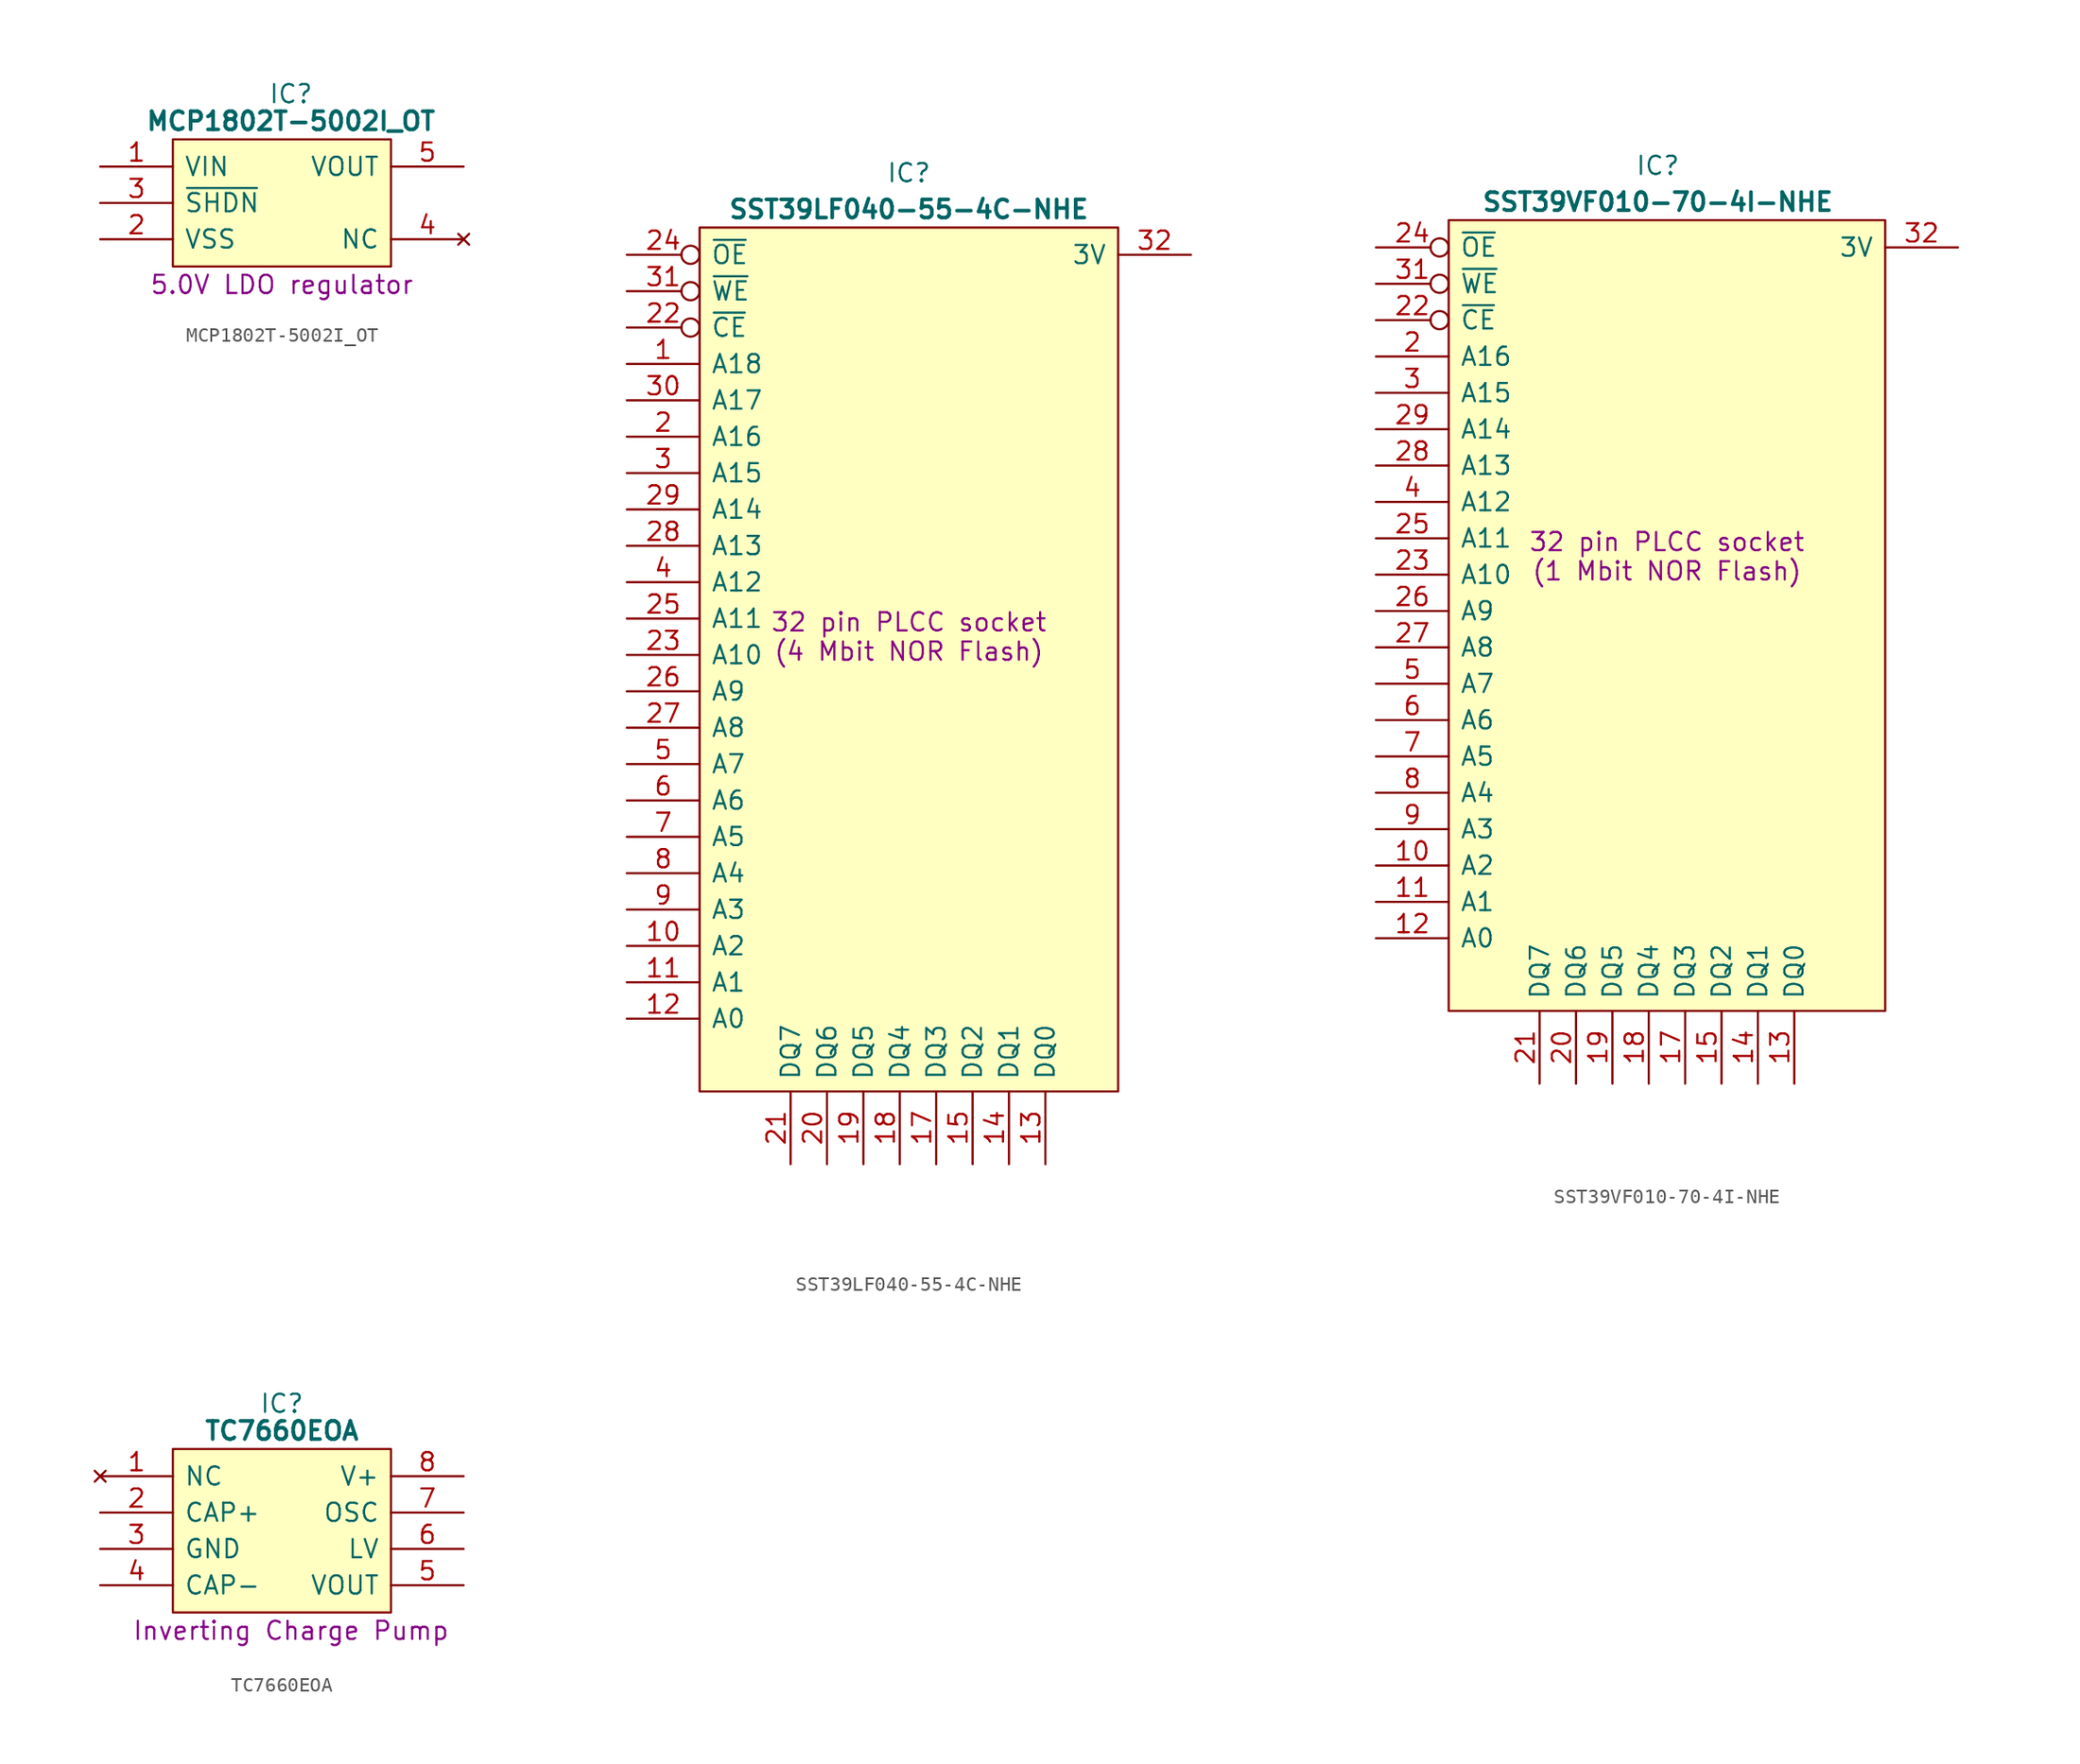
<source format=kicad_sym>
(kicad_symbol_lib
  (version 20231120)
  (generator "kicad_symbol_editor")
  (generator_version "8.0")
  (symbol "MCP1802T-5002I_OT"
    (pin_names
      (offset 0.762))
    (property "Reference" "IC"
      (at 13.335 5.08 0)
      (effects (font (size 1.27 1.27))))
    (property "Value" "MCP1802T-5002I_OT"
      (at 13.335 3.175 0)
      (effects (font (size 1.27 1.27) (bold yes))))
    (property "Description" "5.0V LDO regulator"
      (at 12.7 -8.255 0)
      (effects (font (size 1.27 1.27))))
    (symbol "MCP1802T-5002I_OT_0_0"
      (pin power_in line (at 0 0 0) (length 5.08) (name "VIN" (effects (font (size 1.27 1.27)))) (number "1" (effects (font (size 1.27 1.27)))))
      (pin passive line (at 0 -5.08 0) (length 5.08) (name "VSS" (effects (font (size 1.27 1.27)))) (number "2" (effects (font (size 1.27 1.27)))))
      (pin passive line (at 0 -2.54 0) (length 5.08) (name "~{SHDN}" (effects (font (size 1.27 1.27)))) (number "3" (effects (font (size 1.27 1.27)))))
      (pin no_connect line (at 25.4 -5.08 180) (length 5.08) (name "NC" (effects (font (size 1.27 1.27)))) (number "4" (effects (font (size 1.27 1.27)))))
      (pin power_out line (at 25.4 0 180) (length 5.08) (name "VOUT" (effects (font (size 1.27 1.27)))) (number "5" (effects (font (size 1.27 1.27))))))
    (symbol "MCP1802T-5002I_OT_0_1"
      (polyline (pts (xy 5.08 1.905) (xy 20.32 1.905) (xy 20.32 -6.985) (xy 5.08 -6.985) (xy 5.08 1.905)) (stroke (width 0) (type default)) (fill (type background)))))
  (symbol "SST39LF040-55-4C-NHE"
    (pin_names
      (offset 0.762))
    (property "Reference" "IC"
      (at 19.685 5.715 0)
      (effects (font (size 1.27 1.27))))
    (property "Value" "SST39LF040-55-4C-NHE"
      (at 19.685 3.175 0)
      (effects (font (size 1.27 1.27) (bold yes))))
    (property "Description" "32 pin PLCC socket\n(4 Mbit NOR Flash)"
      (at 19.685 -26.67 0)
      (effects (font (size 1.27 1.27))))
    (symbol "SST39LF040-55-4C-NHE_0_1"
      (polyline (pts (xy 5.08 1.905) (xy 34.29 1.905) (xy 34.29 -58.42) (xy 5.08 -58.42) (xy 5.08 1.905)) (stroke (width 0.152) (type default)) (fill (type background))))
    (symbol "SST39LF040-55-4C-NHE_1_0"
      (pin passive line (at 0 -55.88 0) (length 5.08) hide (name "GND" (effects (font (size 1.27 1.27)))) (number "16" (effects (font (size 1.27 1.27))))))
    (symbol "SST39LF040-55-4C-NHE_1_1"
      (pin input line (at 0 -7.62 0) (length 5.08) (name "A18" (effects (font (size 1.27 1.27)))) (number "1" (effects (font (size 1.27 1.27)))))
      (pin input line (at 0 -48.26 0) (length 5.08) (name "A2" (effects (font (size 1.27 1.27)))) (number "10" (effects (font (size 1.27 1.27)))))
      (pin input line (at 0 -50.8 0) (length 5.08) (name "A1" (effects (font (size 1.27 1.27)))) (number "11" (effects (font (size 1.27 1.27)))))
      (pin input line (at 0 -53.34 0) (length 5.08) (name "A0" (effects (font (size 1.27 1.27)))) (number "12" (effects (font (size 1.27 1.27)))))
      (pin tri_state line (at 29.21 -63.5 90) (length 5.08) (name "DQ0" (effects (font (size 1.27 1.27)))) (number "13" (effects (font (size 1.27 1.27)))))
      (pin tri_state line (at 26.67 -63.5 90) (length 5.08) (name "DQ1" (effects (font (size 1.27 1.27)))) (number "14" (effects (font (size 1.27 1.27)))))
      (pin tri_state line (at 24.13 -63.5 90) (length 5.08) (name "DQ2" (effects (font (size 1.27 1.27)))) (number "15" (effects (font (size 1.27 1.27)))))
      (pin tri_state line (at 21.59 -63.5 90) (length 5.08) (name "DQ3" (effects (font (size 1.27 1.27)))) (number "17" (effects (font (size 1.27 1.27)))))
      (pin tri_state line (at 19.05 -63.5 90) (length 5.08) (name "DQ4" (effects (font (size 1.27 1.27)))) (number "18" (effects (font (size 1.27 1.27)))))
      (pin tri_state line (at 16.51 -63.5 90) (length 5.08) (name "DQ5" (effects (font (size 1.27 1.27)))) (number "19" (effects (font (size 1.27 1.27)))))
      (pin input line (at 0 -12.7 0) (length 5.08) (name "A16" (effects (font (size 1.27 1.27)))) (number "2" (effects (font (size 1.27 1.27)))))
      (pin tri_state line (at 13.97 -63.5 90) (length 5.08) (name "DQ6" (effects (font (size 1.27 1.27)))) (number "20" (effects (font (size 1.27 1.27)))))
      (pin tri_state line (at 11.43 -63.5 90) (length 5.08) (name "DQ7" (effects (font (size 1.27 1.27)))) (number "21" (effects (font (size 1.27 1.27)))))
      (pin input inverted (at 0 -5.08 0) (length 5.08) (name "~{CE}" (effects (font (size 1.27 1.27)))) (number "22" (effects (font (size 1.27 1.27)))))
      (pin input line (at 0 -27.94 0) (length 5.08) (name "A10" (effects (font (size 1.27 1.27)))) (number "23" (effects (font (size 1.27 1.27)))))
      (pin input inverted (at 0 0 0) (length 5.08) (name "~{OE}" (effects (font (size 1.27 1.27)))) (number "24" (effects (font (size 1.27 1.27)))))
      (pin input line (at 0 -25.4 0) (length 5.08) (name "A11" (effects (font (size 1.27 1.27)))) (number "25" (effects (font (size 1.27 1.27)))))
      (pin input line (at 0 -30.48 0) (length 5.08) (name "A9" (effects (font (size 1.27 1.27)))) (number "26" (effects (font (size 1.27 1.27)))))
      (pin input line (at 0 -33.02 0) (length 5.08) (name "A8" (effects (font (size 1.27 1.27)))) (number "27" (effects (font (size 1.27 1.27)))))
      (pin input line (at 0 -20.32 0) (length 5.08) (name "A13" (effects (font (size 1.27 1.27)))) (number "28" (effects (font (size 1.27 1.27)))))
      (pin input line (at 0 -17.78 0) (length 5.08) (name "A14" (effects (font (size 1.27 1.27)))) (number "29" (effects (font (size 1.27 1.27)))))
      (pin input line (at 0 -15.24 0) (length 5.08) (name "A15" (effects (font (size 1.27 1.27)))) (number "3" (effects (font (size 1.27 1.27)))))
      (pin input line (at 0 -10.16 0) (length 5.08) (name "A17" (effects (font (size 1.27 1.27)))) (number "30" (effects (font (size 1.27 1.27)))))
      (pin input inverted (at 0 -2.54 0) (length 5.08) (name "~{WE}" (effects (font (size 1.27 1.27)))) (number "31" (effects (font (size 1.27 1.27)))))
      (pin passive line (at 39.37 0 180) (length 5.08) (name "3V" (effects (font (size 1.27 1.27)))) (number "32" (effects (font (size 1.27 1.27)))))
      (pin input line (at 0 -22.86 0) (length 5.08) (name "A12" (effects (font (size 1.27 1.27)))) (number "4" (effects (font (size 1.27 1.27)))))
      (pin input line (at 0 -35.56 0) (length 5.08) (name "A7" (effects (font (size 1.27 1.27)))) (number "5" (effects (font (size 1.27 1.27)))))
      (pin input line (at 0 -38.1 0) (length 5.08) (name "A6" (effects (font (size 1.27 1.27)))) (number "6" (effects (font (size 1.27 1.27)))))
      (pin input line (at 0 -40.64 0) (length 5.08) (name "A5" (effects (font (size 1.27 1.27)))) (number "7" (effects (font (size 1.27 1.27)))))
      (pin input line (at 0 -43.18 0) (length 5.08) (name "A4" (effects (font (size 1.27 1.27)))) (number "8" (effects (font (size 1.27 1.27)))))
      (pin input line (at 0 -45.72 0) (length 5.08) (name "A3" (effects (font (size 1.27 1.27)))) (number "9" (effects (font (size 1.27 1.27)))))))
  (symbol "SST39VF010-70-4I-NHE"
    (pin_names
      (offset 0.762))
    (property "Reference" "IC"
      (at 19.685 5.715 0)
      (effects (font (size 1.27 1.27))))
    (property "Value" "SST39VF010-70-4I-NHE"
      (at 19.685 3.175 0)
      (effects (font (size 1.27 1.27) (bold yes))))
    (property "Description" "32 pin PLCC socket\n(1 Mbit NOR Flash)"
      (at 20.32 -21.59 0)
      (effects (font (size 1.27 1.27))))
    (symbol "SST39VF010-70-4I-NHE_0_1"
      (polyline (pts (xy 5.08 1.905) (xy 35.56 1.905) (xy 35.56 -53.34) (xy 5.08 -53.34) (xy 5.08 1.905)) (stroke (width 0.152) (type default)) (fill (type background))))
    (symbol "SST39VF010-70-4I-NHE_1_0"
      (pin passive line (at 0 -50.8 0) (length 5.08) hide (name "GND" (effects (font (size 1.27 1.27)))) (number "16" (effects (font (size 1.27 1.27))))))
    (symbol "SST39VF010-70-4I-NHE_1_1"
      (pin no_connect line (at 40.64 -5.08 180) (length 5.08) hide (name "N.C." (effects (font (size 1.27 1.27)))) (number "1" (effects (font (size 1.27 1.27)))))
      (pin input line (at 0 -43.18 0) (length 5.08) (name "A2" (effects (font (size 1.27 1.27)))) (number "10" (effects (font (size 1.27 1.27)))))
      (pin input line (at 0 -45.72 0) (length 5.08) (name "A1" (effects (font (size 1.27 1.27)))) (number "11" (effects (font (size 1.27 1.27)))))
      (pin input line (at 0 -48.26 0) (length 5.08) (name "A0" (effects (font (size 1.27 1.27)))) (number "12" (effects (font (size 1.27 1.27)))))
      (pin tri_state line (at 29.21 -58.42 90) (length 5.08) (name "DQ0" (effects (font (size 1.27 1.27)))) (number "13" (effects (font (size 1.27 1.27)))))
      (pin tri_state line (at 26.67 -58.42 90) (length 5.08) (name "DQ1" (effects (font (size 1.27 1.27)))) (number "14" (effects (font (size 1.27 1.27)))))
      (pin tri_state line (at 24.13 -58.42 90) (length 5.08) (name "DQ2" (effects (font (size 1.27 1.27)))) (number "15" (effects (font (size 1.27 1.27)))))
      (pin tri_state line (at 21.59 -58.42 90) (length 5.08) (name "DQ3" (effects (font (size 1.27 1.27)))) (number "17" (effects (font (size 1.27 1.27)))))
      (pin tri_state line (at 19.05 -58.42 90) (length 5.08) (name "DQ4" (effects (font (size 1.27 1.27)))) (number "18" (effects (font (size 1.27 1.27)))))
      (pin tri_state line (at 16.51 -58.42 90) (length 5.08) (name "DQ5" (effects (font (size 1.27 1.27)))) (number "19" (effects (font (size 1.27 1.27)))))
      (pin input line (at 0 -7.62 0) (length 5.08) (name "A16" (effects (font (size 1.27 1.27)))) (number "2" (effects (font (size 1.27 1.27)))))
      (pin tri_state line (at 13.97 -58.42 90) (length 5.08) (name "DQ6" (effects (font (size 1.27 1.27)))) (number "20" (effects (font (size 1.27 1.27)))))
      (pin tri_state line (at 11.43 -58.42 90) (length 5.08) (name "DQ7" (effects (font (size 1.27 1.27)))) (number "21" (effects (font (size 1.27 1.27)))))
      (pin input inverted (at 0 -5.08 0) (length 5.08) (name "~{CE}" (effects (font (size 1.27 1.27)))) (number "22" (effects (font (size 1.27 1.27)))))
      (pin input line (at 0 -22.86 0) (length 5.08) (name "A10" (effects (font (size 1.27 1.27)))) (number "23" (effects (font (size 1.27 1.27)))))
      (pin input inverted (at 0 0 0) (length 5.08) (name "~{OE}" (effects (font (size 1.27 1.27)))) (number "24" (effects (font (size 1.27 1.27)))))
      (pin input line (at 0 -20.32 0) (length 5.08) (name "A11" (effects (font (size 1.27 1.27)))) (number "25" (effects (font (size 1.27 1.27)))))
      (pin input line (at 0 -25.4 0) (length 5.08) (name "A9" (effects (font (size 1.27 1.27)))) (number "26" (effects (font (size 1.27 1.27)))))
      (pin input line (at 0 -27.94 0) (length 5.08) (name "A8" (effects (font (size 1.27 1.27)))) (number "27" (effects (font (size 1.27 1.27)))))
      (pin input line (at 0 -15.24 0) (length 5.08) (name "A13" (effects (font (size 1.27 1.27)))) (number "28" (effects (font (size 1.27 1.27)))))
      (pin input line (at 0 -12.7 0) (length 5.08) (name "A14" (effects (font (size 1.27 1.27)))) (number "29" (effects (font (size 1.27 1.27)))))
      (pin input line (at 0 -10.16 0) (length 5.08) (name "A15" (effects (font (size 1.27 1.27)))) (number "3" (effects (font (size 1.27 1.27)))))
      (pin no_connect line (at 40.64 -2.54 180) (length 5.08) hide (name "N.C." (effects (font (size 1.27 1.27)))) (number "30" (effects (font (size 1.27 1.27)))))
      (pin input inverted (at 0 -2.54 0) (length 5.08) (name "~{WE}" (effects (font (size 1.27 1.27)))) (number "31" (effects (font (size 1.27 1.27)))))
      (pin passive line (at 40.64 0 180) (length 5.08) (name "3V" (effects (font (size 1.27 1.27)))) (number "32" (effects (font (size 1.27 1.27)))))
      (pin input line (at 0 -17.78 0) (length 5.08) (name "A12" (effects (font (size 1.27 1.27)))) (number "4" (effects (font (size 1.27 1.27)))))
      (pin input line (at 0 -30.48 0) (length 5.08) (name "A7" (effects (font (size 1.27 1.27)))) (number "5" (effects (font (size 1.27 1.27)))))
      (pin input line (at 0 -33.02 0) (length 5.08) (name "A6" (effects (font (size 1.27 1.27)))) (number "6" (effects (font (size 1.27 1.27)))))
      (pin input line (at 0 -35.56 0) (length 5.08) (name "A5" (effects (font (size 1.27 1.27)))) (number "7" (effects (font (size 1.27 1.27)))))
      (pin input line (at 0 -38.1 0) (length 5.08) (name "A4" (effects (font (size 1.27 1.27)))) (number "8" (effects (font (size 1.27 1.27)))))
      (pin input line (at 0 -40.64 0) (length 5.08) (name "A3" (effects (font (size 1.27 1.27)))) (number "9" (effects (font (size 1.27 1.27)))))))
  (symbol "TC7660EOA"
    (pin_names
      (offset 0.762))
    (property "Reference" "IC"
      (at 12.7 5.08 0)
      (effects (font (size 1.27 1.27))))
    (property "Value" "TC7660EOA"
      (at 12.7 3.175 0)
      (effects (font (size 1.27 1.27) (bold yes))))
    (property "Description" "Inverting Charge Pump"
      (at 13.335 -10.795 0)
      (effects (font (size 1.27 1.27))))
    (symbol "TC7660EOA_0_0"
      (pin no_connect line (at 0 0 0) (length 5.08) (name "NC" (effects (font (size 1.27 1.27)))) (number "1" (effects (font (size 1.27 1.27)))))
      (pin passive line (at 0 -2.54 0) (length 5.08) (name "CAP+" (effects (font (size 1.27 1.27)))) (number "2" (effects (font (size 1.27 1.27)))))
      (pin passive line (at 0 -5.08 0) (length 5.08) (name "GND" (effects (font (size 1.27 1.27)))) (number "3" (effects (font (size 1.27 1.27)))))
      (pin passive line (at 0 -7.62 0) (length 5.08) (name "CAP-" (effects (font (size 1.27 1.27)))) (number "4" (effects (font (size 1.27 1.27)))))
      (pin passive line (at 25.4 -7.62 180) (length 5.08) (name "VOUT" (effects (font (size 1.27 1.27)))) (number "5" (effects (font (size 1.27 1.27)))))
      (pin passive line (at 25.4 -5.08 180) (length 5.08) (name "LV" (effects (font (size 1.27 1.27)))) (number "6" (effects (font (size 1.27 1.27)))))
      (pin passive line (at 25.4 -2.54 180) (length 5.08) (name "OSC" (effects (font (size 1.27 1.27)))) (number "7" (effects (font (size 1.27 1.27)))))
      (pin passive line (at 25.4 0 180) (length 5.08) (name "V+" (effects (font (size 1.27 1.27)))) (number "8" (effects (font (size 1.27 1.27))))))
    (symbol "TC7660EOA_0_1"
      (polyline (pts (xy 5.08 1.905) (xy 20.32 1.905) (xy 20.32 -9.525) (xy 5.08 -9.525) (xy 5.08 1.905)) (stroke (width 0.152) (type default)) (fill (type background))))))
</source>
